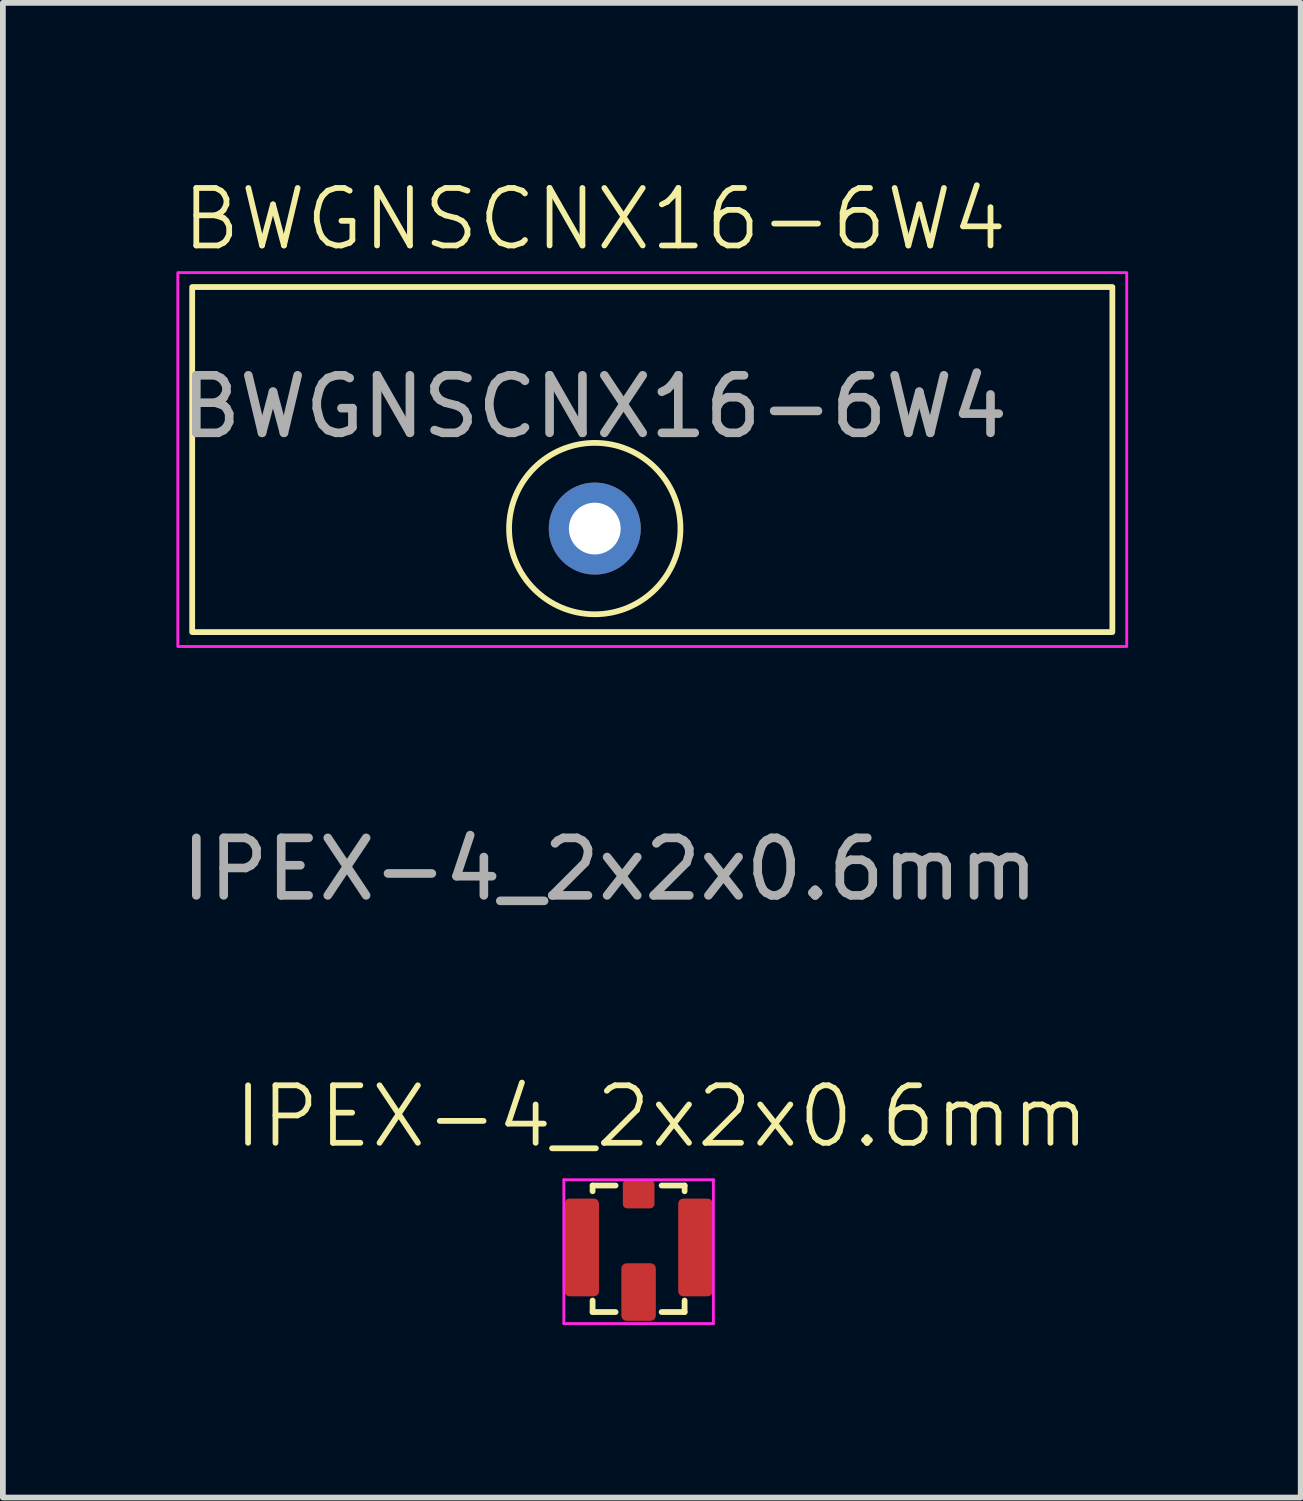
<source format=kicad_pcb>
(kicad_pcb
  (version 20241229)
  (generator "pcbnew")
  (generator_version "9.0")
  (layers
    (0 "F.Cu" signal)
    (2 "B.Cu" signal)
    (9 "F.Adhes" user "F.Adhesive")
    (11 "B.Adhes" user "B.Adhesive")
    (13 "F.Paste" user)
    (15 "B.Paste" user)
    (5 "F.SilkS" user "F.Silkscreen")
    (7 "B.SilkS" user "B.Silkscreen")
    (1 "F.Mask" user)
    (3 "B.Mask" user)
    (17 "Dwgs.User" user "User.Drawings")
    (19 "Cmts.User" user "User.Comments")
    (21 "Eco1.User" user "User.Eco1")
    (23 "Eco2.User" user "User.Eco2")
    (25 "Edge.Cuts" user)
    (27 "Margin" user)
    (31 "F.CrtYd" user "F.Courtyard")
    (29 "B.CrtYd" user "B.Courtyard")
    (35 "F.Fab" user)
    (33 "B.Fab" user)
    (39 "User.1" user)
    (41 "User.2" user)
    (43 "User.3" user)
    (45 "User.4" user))
  (footprint "BWGNSCNX16-6W4"
    (layer "F.Cu")
    (at 7.292 6.141)
    (property "Reference" "BWGNSCNX16-6W4" (at 0 -5.38 0) (unlocked yes) (layer "F.SilkS") (effects (font (size 1 1) (thickness 0.1))))
    (attr smd)
    (fp_rect (start -7 -4.2) (end 9 1.8) (stroke (width 0.1) (type solid)) (fill no) (layer "F.SilkS"))
    (fp_circle (center 0 0) (end -1.49 0) (stroke (width 0.1) (type solid)) (fill no) (layer "F.SilkS"))
    (fp_rect (start -7.25 -4.45) (end 9.25 2.05) (stroke (width 0.05) (type solid)) (fill no) (layer "F.CrtYd"))
    (fp_text user "${REFERENCE}" (at 0 -2.12 0) (unlocked yes) (layer "F.Fab") (effects (font (size 1 1) (thickness 0.15))))
    (pad "1" thru_hole circle (at 0 0) (size 1.6 1.6) (drill 0.9) (layers "*.Cu" "*.Mask")))
  (footprint "IPEX-4_2x2x0.6mm"
    (layer "F.Cu")
    (at 8.054 18.564)
    (property "Reference" "IPEX-4_2x2x0.6mm" (at 0.4 -2.2 0) (unlocked yes) (layer "F.SilkS") (effects (font (size 1 1) (thickness 0.1))))
    (attr smd)
    (fp_line (start -0.8 -1) (end -0.4 -1) (stroke (width 0.1) (type default)) (layer "F.SilkS"))
    (fp_line (start -0.8 -0.9) (end -0.8 -1) (stroke (width 0.1) (type default)) (layer "F.SilkS"))
    (fp_line (start -0.8 1) (end -0.8 1.2) (stroke (width 0.1) (type default)) (layer "F.SilkS"))
    (fp_line (start -0.8 1.2) (end -0.4 1.2) (stroke (width 0.1) (type default)) (layer "F.SilkS"))
    (fp_line (start 0.4 -1) (end 0.8 -1) (stroke (width 0.1) (type default)) (layer "F.SilkS"))
    (fp_line (start 0.8 -1) (end 0.8 -0.9) (stroke (width 0.1) (type default)) (layer "F.SilkS"))
    (fp_line (start 0.8 1) (end 0.8 1.2) (stroke (width 0.1) (type default)) (layer "F.SilkS"))
    (fp_line (start 0.8 1.2) (end 0.4 1.2) (stroke (width 0.1) (type default)) (layer "F.SilkS"))
    (fp_line (start -1.3 -1.1) (end -1.3 1.4) (stroke (width 0.05) (type default)) (layer "F.CrtYd"))
    (fp_line (start -1.3 1.4) (end 1.3 1.4) (stroke (width 0.05) (type default)) (layer "F.CrtYd"))
    (fp_line (start 1.3 -1.1) (end -1.3 -1.1) (stroke (width 0.05) (type default)) (layer "F.CrtYd"))
    (fp_line (start 1.3 1.4) (end 1.3 -1.1) (stroke (width 0.05) (type default)) (layer "F.CrtYd"))
    (fp_text user "${REFERENCE}" (at -0.5 -6.5 0) (unlocked yes) (layer "F.Fab") (effects (font (size 1 1) (thickness 0.15))))
    (pad "1" smd roundrect (at 0 0.852) (size 0.6 1) (layers "F.Cu" "F.Mask" "F.Paste") (roundrect_rratio 0.15))
    (pad "2" smd roundrect (at -0.989 0.077) (size 0.6 1.7) (layers "F.Cu" "F.Mask" "F.Paste") (roundrect_rratio 0.15))
    (pad "2" smd roundrect (at 0.001 -0.852) (size 0.55 0.5) (layers "F.Cu" "F.Mask" "F.Paste") (roundrect_rratio 0.15))
    (pad "2" smd roundrect (at 0.989 0.077) (size 0.6 1.7) (layers "F.Cu" "F.Mask" "F.Paste") (roundrect_rratio 0.15)))
  (gr_rect
    (start -3 -3)
    (end 19.567 22.989)
    (stroke (width 0.1) (type default))
    (fill no)
    (layer "Edge.Cuts")))
</source>
